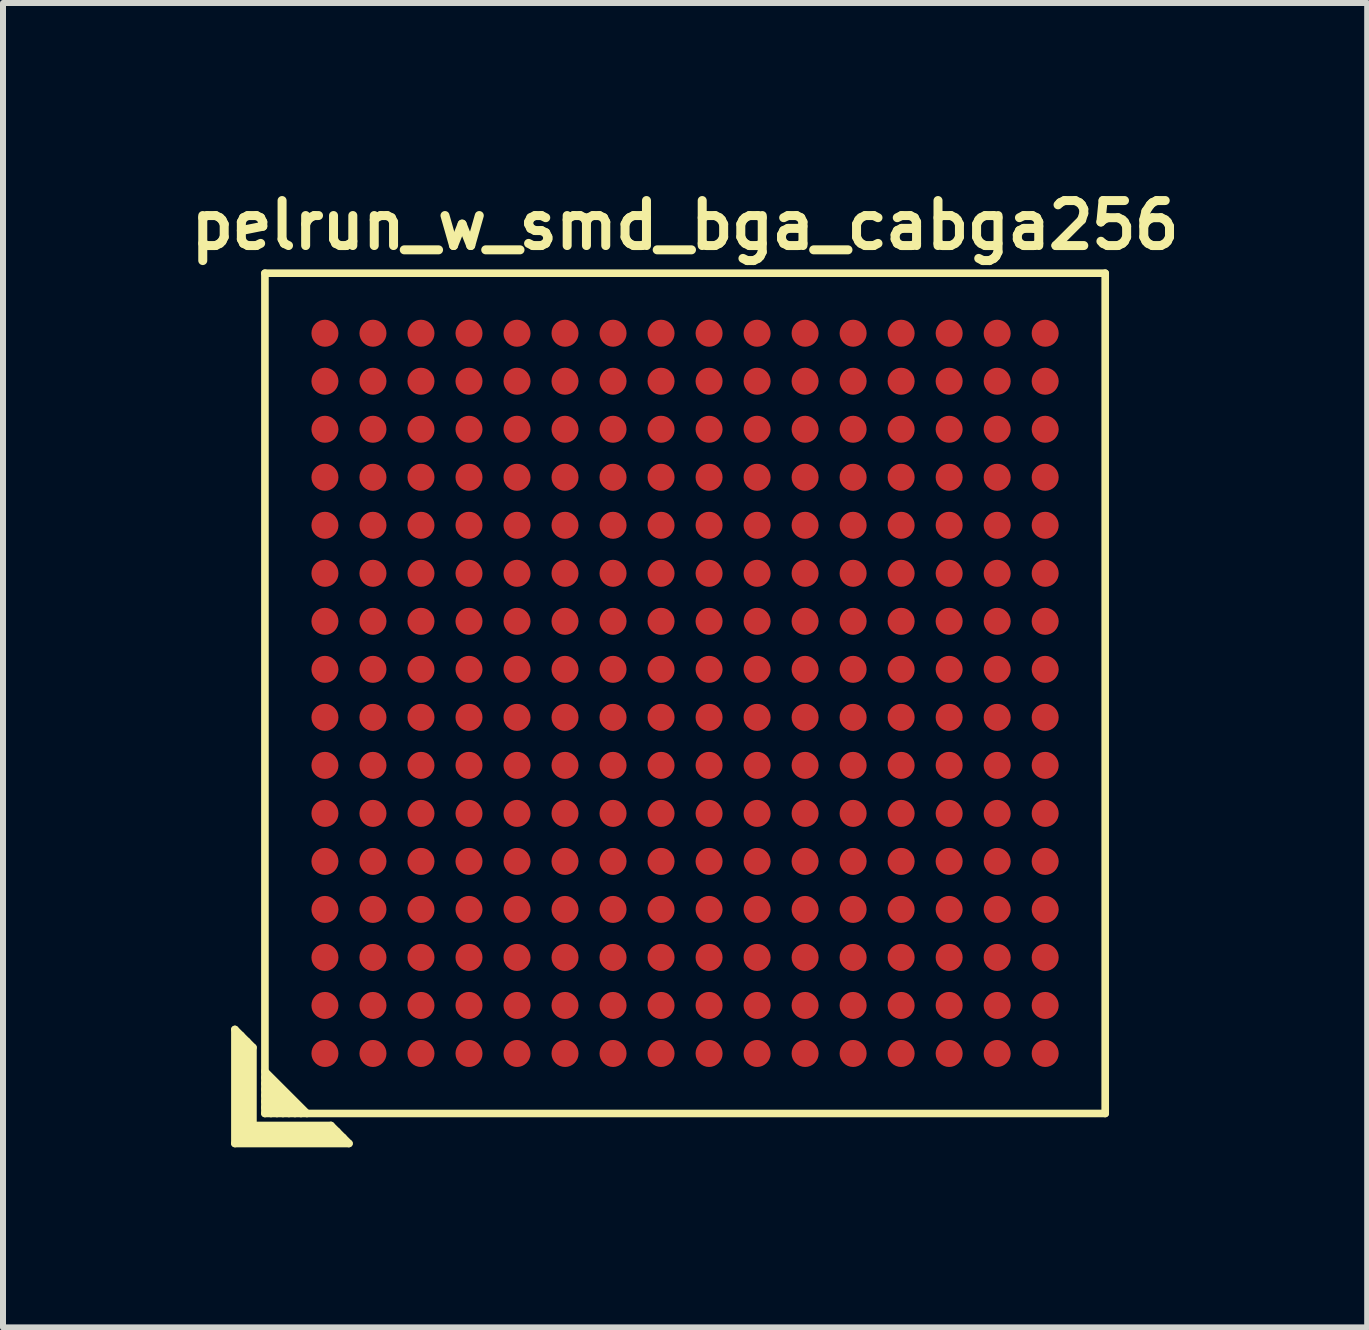
<source format=kicad_pcb>
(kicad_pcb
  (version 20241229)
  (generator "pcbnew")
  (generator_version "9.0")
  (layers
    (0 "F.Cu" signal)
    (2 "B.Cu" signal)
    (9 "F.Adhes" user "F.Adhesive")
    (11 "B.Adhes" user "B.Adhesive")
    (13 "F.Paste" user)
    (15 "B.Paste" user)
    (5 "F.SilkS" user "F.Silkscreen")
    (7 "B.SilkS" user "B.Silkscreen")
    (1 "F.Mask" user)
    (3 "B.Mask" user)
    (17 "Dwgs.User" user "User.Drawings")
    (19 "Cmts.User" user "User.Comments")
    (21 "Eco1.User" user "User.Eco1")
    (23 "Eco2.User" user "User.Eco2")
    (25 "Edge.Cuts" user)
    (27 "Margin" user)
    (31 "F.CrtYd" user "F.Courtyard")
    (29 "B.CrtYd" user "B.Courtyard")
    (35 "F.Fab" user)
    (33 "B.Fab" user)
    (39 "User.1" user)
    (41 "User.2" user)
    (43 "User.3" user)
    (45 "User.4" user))
  (footprint "pelrun_w_smd_bga_cabga256"
    (layer "F.Cu")
    (at 8.364 8.502)
    (property "Reference" "pelrun_w_smd_bga_cabga256" (at 0 -7.8 0) (layer "F.SilkS") (effects (font (size 0.75 0.75) (thickness 0.15))))
    (attr through_hole)
    (fp_line (start -7.5 5.6) (end -7.2 5.9) (stroke (width 0.127) (type solid)) (layer "F.SilkS"))
    (fp_line (start -7.5 7.5) (end -7.5 5.6) (stroke (width 0.127) (type solid)) (layer "F.SilkS"))
    (fp_line (start -7.4 7.4) (end -7.4 5.7) (stroke (width 0.127) (type solid)) (layer "F.SilkS"))
    (fp_line (start -7.3 5.8) (end -7.3 7.3) (stroke (width 0.127) (type solid)) (layer "F.SilkS"))
    (fp_line (start -7.3 7.3) (end -5.8 7.3) (stroke (width 0.127) (type solid)) (layer "F.SilkS"))
    (fp_line (start -7.2 5.9) (end -7.2 7.2) (stroke (width 0.127) (type solid)) (layer "F.SilkS"))
    (fp_line (start -7.2 7.2) (end -5.9 7.2) (stroke (width 0.127) (type solid)) (layer "F.SilkS"))
    (fp_line (start -7 -7) (end -7 7) (stroke (width 0.127) (type solid)) (layer "F.SilkS"))
    (fp_line (start -7 -7) (end 7 -7) (stroke (width 0.127) (type solid)) (layer "F.SilkS"))
    (fp_line (start -7 6.4) (end -6.4 7) (stroke (width 0.127) (type solid)) (layer "F.SilkS"))
    (fp_line (start -7 6.6) (end -6.6 7) (stroke (width 0.127) (type solid)) (layer "F.SilkS"))
    (fp_line (start -7 6.8) (end -6.8 7) (stroke (width 0.127) (type solid)) (layer "F.SilkS"))
    (fp_line (start -7 6.9) (end -6.9 7) (stroke (width 0.127) (type solid)) (layer "F.SilkS"))
    (fp_line (start -7 7) (end 7 7) (stroke (width 0.127) (type solid)) (layer "F.SilkS"))
    (fp_line (start -6.7 7) (end -7 6.7) (stroke (width 0.127) (type solid)) (layer "F.SilkS"))
    (fp_line (start -6.5 7) (end -7 6.5) (stroke (width 0.127) (type solid)) (layer "F.SilkS"))
    (fp_line (start -6.3 7) (end -7 6.3) (stroke (width 0.127) (type solid)) (layer "F.SilkS"))
    (fp_line (start -5.9 7.2) (end -5.6 7.5) (stroke (width 0.127) (type solid)) (layer "F.SilkS"))
    (fp_line (start -5.7 7.4) (end -7.4 7.4) (stroke (width 0.127) (type solid)) (layer "F.SilkS"))
    (fp_line (start -5.6 7.5) (end -7.5 7.5) (stroke (width 0.127) (type solid)) (layer "F.SilkS"))
    (fp_line (start 7 -7) (end 7 7) (stroke (width 0.127) (type solid)) (layer "F.SilkS"))
    (pad "A1" smd circle (at -6 6) (size 0.45 0.45) (layers "F.Cu" "F.Mask" "F.Paste"))
    (pad "A2" smd circle (at -6 5.2) (size 0.45 0.45) (layers "F.Cu" "F.Mask" "F.Paste"))
    (pad "A3" smd circle (at -6 4.4) (size 0.45 0.45) (layers "F.Cu" "F.Mask" "F.Paste"))
    (pad "A4" smd circle (at -6 3.6) (size 0.45 0.45) (layers "F.Cu" "F.Mask" "F.Paste"))
    (pad "A5" smd circle (at -6 2.8) (size 0.45 0.45) (layers "F.Cu" "F.Mask" "F.Paste"))
    (pad "A6" smd circle (at -6 2) (size 0.45 0.45) (layers "F.Cu" "F.Mask" "F.Paste"))
    (pad "A7" smd circle (at -6 1.2) (size 0.45 0.45) (layers "F.Cu" "F.Mask" "F.Paste"))
    (pad "A8" smd circle (at -6 0.4) (size 0.45 0.45) (layers "F.Cu" "F.Mask" "F.Paste"))
    (pad "A9" smd circle (at -6 -0.4) (size 0.45 0.45) (layers "F.Cu" "F.Mask" "F.Paste"))
    (pad "A10" smd circle (at -6 -1.2) (size 0.45 0.45) (layers "F.Cu" "F.Mask" "F.Paste"))
    (pad "A11" smd circle (at -6 -2) (size 0.45 0.45) (layers "F.Cu" "F.Mask" "F.Paste"))
    (pad "A12" smd circle (at -6 -2.8) (size 0.45 0.45) (layers "F.Cu" "F.Mask" "F.Paste"))
    (pad "A13" smd circle (at -6 -3.6) (size 0.45 0.45) (layers "F.Cu" "F.Mask" "F.Paste"))
    (pad "A14" smd circle (at -6 -4.4) (size 0.45 0.45) (layers "F.Cu" "F.Mask" "F.Paste"))
    (pad "A15" smd circle (at -6 -5.2) (size 0.45 0.45) (layers "F.Cu" "F.Mask" "F.Paste"))
    (pad "A16" smd circle (at -6 -6) (size 0.45 0.45) (layers "F.Cu" "F.Mask" "F.Paste"))
    (pad "B1" smd circle (at -5.2 6) (size 0.45 0.45) (layers "F.Cu" "F.Mask" "F.Paste"))
    (pad "B2" smd circle (at -5.2 5.2) (size 0.45 0.45) (layers "F.Cu" "F.Mask" "F.Paste"))
    (pad "B3" smd circle (at -5.2 4.4) (size 0.45 0.45) (layers "F.Cu" "F.Mask" "F.Paste"))
    (pad "B4" smd circle (at -5.2 3.6) (size 0.45 0.45) (layers "F.Cu" "F.Mask" "F.Paste"))
    (pad "B5" smd circle (at -5.2 2.8) (size 0.45 0.45) (layers "F.Cu" "F.Mask" "F.Paste"))
    (pad "B6" smd circle (at -5.2 2) (size 0.45 0.45) (layers "F.Cu" "F.Mask" "F.Paste"))
    (pad "B7" smd circle (at -5.2 1.2) (size 0.45 0.45) (layers "F.Cu" "F.Mask" "F.Paste"))
    (pad "B8" smd circle (at -5.2 0.4) (size 0.45 0.45) (layers "F.Cu" "F.Mask" "F.Paste"))
    (pad "B9" smd circle (at -5.2 -0.4) (size 0.45 0.45) (layers "F.Cu" "F.Mask" "F.Paste"))
    (pad "B10" smd circle (at -5.2 -1.2) (size 0.45 0.45) (layers "F.Cu" "F.Mask" "F.Paste"))
    (pad "B11" smd circle (at -5.2 -2) (size 0.45 0.45) (layers "F.Cu" "F.Mask" "F.Paste"))
    (pad "B12" smd circle (at -5.2 -2.8) (size 0.45 0.45) (layers "F.Cu" "F.Mask" "F.Paste"))
    (pad "B13" smd circle (at -5.2 -3.6) (size 0.45 0.45) (layers "F.Cu" "F.Mask" "F.Paste"))
    (pad "B14" smd circle (at -5.2 -4.4) (size 0.45 0.45) (layers "F.Cu" "F.Mask" "F.Paste"))
    (pad "B15" smd circle (at -5.2 -5.2) (size 0.45 0.45) (layers "F.Cu" "F.Mask" "F.Paste"))
    (pad "B16" smd circle (at -5.2 -6) (size 0.45 0.45) (layers "F.Cu" "F.Mask" "F.Paste"))
    (pad "C1" smd circle (at -4.4 6) (size 0.45 0.45) (layers "F.Cu" "F.Mask" "F.Paste"))
    (pad "C2" smd circle (at -4.4 5.2) (size 0.45 0.45) (layers "F.Cu" "F.Mask" "F.Paste"))
    (pad "C3" smd circle (at -4.4 4.4) (size 0.45 0.45) (layers "F.Cu" "F.Mask" "F.Paste"))
    (pad "C4" smd circle (at -4.4 3.6) (size 0.45 0.45) (layers "F.Cu" "F.Mask" "F.Paste"))
    (pad "C5" smd circle (at -4.4 2.8) (size 0.45 0.45) (layers "F.Cu" "F.Mask" "F.Paste"))
    (pad "C6" smd circle (at -4.4 2) (size 0.45 0.45) (layers "F.Cu" "F.Mask" "F.Paste"))
    (pad "C7" smd circle (at -4.4 1.2) (size 0.45 0.45) (layers "F.Cu" "F.Mask" "F.Paste"))
    (pad "C8" smd circle (at -4.4 0.4) (size 0.45 0.45) (layers "F.Cu" "F.Mask" "F.Paste"))
    (pad "C9" smd circle (at -4.4 -0.4) (size 0.45 0.45) (layers "F.Cu" "F.Mask" "F.Paste"))
    (pad "C10" smd circle (at -4.4 -1.2) (size 0.45 0.45) (layers "F.Cu" "F.Mask" "F.Paste"))
    (pad "C11" smd circle (at -4.4 -2) (size 0.45 0.45) (layers "F.Cu" "F.Mask" "F.Paste"))
    (pad "C12" smd circle (at -4.4 -2.8) (size 0.45 0.45) (layers "F.Cu" "F.Mask" "F.Paste"))
    (pad "C13" smd circle (at -4.4 -3.6) (size 0.45 0.45) (layers "F.Cu" "F.Mask" "F.Paste"))
    (pad "C14" smd circle (at -4.4 -4.4) (size 0.45 0.45) (layers "F.Cu" "F.Mask" "F.Paste"))
    (pad "C15" smd circle (at -4.4 -5.2) (size 0.45 0.45) (layers "F.Cu" "F.Mask" "F.Paste"))
    (pad "C16" smd circle (at -4.4 -6) (size 0.45 0.45) (layers "F.Cu" "F.Mask" "F.Paste"))
    (pad "D1" smd circle (at -3.6 6) (size 0.45 0.45) (layers "F.Cu" "F.Mask" "F.Paste"))
    (pad "D2" smd circle (at -3.6 5.2) (size 0.45 0.45) (layers "F.Cu" "F.Mask" "F.Paste"))
    (pad "D3" smd circle (at -3.6 4.4) (size 0.45 0.45) (layers "F.Cu" "F.Mask" "F.Paste"))
    (pad "D4" smd circle (at -3.6 3.6) (size 0.45 0.45) (layers "F.Cu" "F.Mask" "F.Paste"))
    (pad "D5" smd circle (at -3.6 2.8) (size 0.45 0.45) (layers "F.Cu" "F.Mask" "F.Paste"))
    (pad "D6" smd circle (at -3.6 2) (size 0.45 0.45) (layers "F.Cu" "F.Mask" "F.Paste"))
    (pad "D7" smd circle (at -3.6 1.2) (size 0.45 0.45) (layers "F.Cu" "F.Mask" "F.Paste"))
    (pad "D8" smd circle (at -3.6 0.4) (size 0.45 0.45) (layers "F.Cu" "F.Mask" "F.Paste"))
    (pad "D9" smd circle (at -3.6 -0.4) (size 0.45 0.45) (layers "F.Cu" "F.Mask" "F.Paste"))
    (pad "D10" smd circle (at -3.6 -1.2) (size 0.45 0.45) (layers "F.Cu" "F.Mask" "F.Paste"))
    (pad "D11" smd circle (at -3.6 -2) (size 0.45 0.45) (layers "F.Cu" "F.Mask" "F.Paste"))
    (pad "D12" smd circle (at -3.6 -2.8) (size 0.45 0.45) (layers "F.Cu" "F.Mask" "F.Paste"))
    (pad "D13" smd circle (at -3.6 -3.6) (size 0.45 0.45) (layers "F.Cu" "F.Mask" "F.Paste"))
    (pad "D14" smd circle (at -3.6 -4.4) (size 0.45 0.45) (layers "F.Cu" "F.Mask" "F.Paste"))
    (pad "D15" smd circle (at -3.6 -5.2) (size 0.45 0.45) (layers "F.Cu" "F.Mask" "F.Paste"))
    (pad "D16" smd circle (at -3.6 -6) (size 0.45 0.45) (layers "F.Cu" "F.Mask" "F.Paste"))
    (pad "E1" smd circle (at -2.8 6) (size 0.45 0.45) (layers "F.Cu" "F.Mask" "F.Paste"))
    (pad "E2" smd circle (at -2.8 5.2) (size 0.45 0.45) (layers "F.Cu" "F.Mask" "F.Paste"))
    (pad "E3" smd circle (at -2.8 4.4) (size 0.45 0.45) (layers "F.Cu" "F.Mask" "F.Paste"))
    (pad "E4" smd circle (at -2.8 3.6) (size 0.45 0.45) (layers "F.Cu" "F.Mask" "F.Paste"))
    (pad "E5" smd circle (at -2.8 2.8) (size 0.45 0.45) (layers "F.Cu" "F.Mask" "F.Paste"))
    (pad "E6" smd circle (at -2.8 2) (size 0.45 0.45) (layers "F.Cu" "F.Mask" "F.Paste"))
    (pad "E7" smd circle (at -2.8 1.2) (size 0.45 0.45) (layers "F.Cu" "F.Mask" "F.Paste"))
    (pad "E8" smd circle (at -2.8 0.4) (size 0.45 0.45) (layers "F.Cu" "F.Mask" "F.Paste"))
    (pad "E9" smd circle (at -2.8 -0.4) (size 0.45 0.45) (layers "F.Cu" "F.Mask" "F.Paste"))
    (pad "E10" smd circle (at -2.8 -1.2) (size 0.45 0.45) (layers "F.Cu" "F.Mask" "F.Paste"))
    (pad "E11" smd circle (at -2.8 -2) (size 0.45 0.45) (layers "F.Cu" "F.Mask" "F.Paste"))
    (pad "E12" smd circle (at -2.8 -2.8) (size 0.45 0.45) (layers "F.Cu" "F.Mask" "F.Paste"))
    (pad "E13" smd circle (at -2.8 -3.6) (size 0.45 0.45) (layers "F.Cu" "F.Mask" "F.Paste"))
    (pad "E14" smd circle (at -2.8 -4.4) (size 0.45 0.45) (layers "F.Cu" "F.Mask" "F.Paste"))
    (pad "E15" smd circle (at -2.8 -5.2) (size 0.45 0.45) (layers "F.Cu" "F.Mask" "F.Paste"))
    (pad "E16" smd circle (at -2.8 -6) (size 0.45 0.45) (layers "F.Cu" "F.Mask" "F.Paste"))
    (pad "F1" smd circle (at -2 6) (size 0.45 0.45) (layers "F.Cu" "F.Mask" "F.Paste"))
    (pad "F2" smd circle (at -2 5.2) (size 0.45 0.45) (layers "F.Cu" "F.Mask" "F.Paste"))
    (pad "F3" smd circle (at -2 4.4) (size 0.45 0.45) (layers "F.Cu" "F.Mask" "F.Paste"))
    (pad "F4" smd circle (at -2 3.6) (size 0.45 0.45) (layers "F.Cu" "F.Mask" "F.Paste"))
    (pad "F5" smd circle (at -2 2.8) (size 0.45 0.45) (layers "F.Cu" "F.Mask" "F.Paste"))
    (pad "F6" smd circle (at -2 2) (size 0.45 0.45) (layers "F.Cu" "F.Mask" "F.Paste"))
    (pad "F7" smd circle (at -2 1.2) (size 0.45 0.45) (layers "F.Cu" "F.Mask" "F.Paste"))
    (pad "F8" smd circle (at -2 0.4) (size 0.45 0.45) (layers "F.Cu" "F.Mask" "F.Paste"))
    (pad "F9" smd circle (at -2 -0.4) (size 0.45 0.45) (layers "F.Cu" "F.Mask" "F.Paste"))
    (pad "F10" smd circle (at -2 -1.2) (size 0.45 0.45) (layers "F.Cu" "F.Mask" "F.Paste"))
    (pad "F11" smd circle (at -2 -2) (size 0.45 0.45) (layers "F.Cu" "F.Mask" "F.Paste"))
    (pad "F12" smd circle (at -2 -2.8) (size 0.45 0.45) (layers "F.Cu" "F.Mask" "F.Paste"))
    (pad "F13" smd circle (at -2 -3.6) (size 0.45 0.45) (layers "F.Cu" "F.Mask" "F.Paste"))
    (pad "F14" smd circle (at -2 -4.4) (size 0.45 0.45) (layers "F.Cu" "F.Mask" "F.Paste"))
    (pad "F15" smd circle (at -2 -5.2) (size 0.45 0.45) (layers "F.Cu" "F.Mask" "F.Paste"))
    (pad "F16" smd circle (at -2 -6) (size 0.45 0.45) (layers "F.Cu" "F.Mask" "F.Paste"))
    (pad "G1" smd circle (at -1.2 6) (size 0.45 0.45) (layers "F.Cu" "F.Mask" "F.Paste"))
    (pad "G2" smd circle (at -1.2 5.2) (size 0.45 0.45) (layers "F.Cu" "F.Mask" "F.Paste"))
    (pad "G3" smd circle (at -1.2 4.4) (size 0.45 0.45) (layers "F.Cu" "F.Mask" "F.Paste"))
    (pad "G4" smd circle (at -1.2 3.6) (size 0.45 0.45) (layers "F.Cu" "F.Mask" "F.Paste"))
    (pad "G5" smd circle (at -1.2 2.8) (size 0.45 0.45) (layers "F.Cu" "F.Mask" "F.Paste"))
    (pad "G6" smd circle (at -1.2 2) (size 0.45 0.45) (layers "F.Cu" "F.Mask" "F.Paste"))
    (pad "G7" smd circle (at -1.2 1.2) (size 0.45 0.45) (layers "F.Cu" "F.Mask" "F.Paste"))
    (pad "G8" smd circle (at -1.2 0.4) (size 0.45 0.45) (layers "F.Cu" "F.Mask" "F.Paste"))
    (pad "G9" smd circle (at -1.2 -0.4) (size 0.45 0.45) (layers "F.Cu" "F.Mask" "F.Paste"))
    (pad "G10" smd circle (at -1.2 -1.2) (size 0.45 0.45) (layers "F.Cu" "F.Mask" "F.Paste"))
    (pad "G11" smd circle (at -1.2 -2) (size 0.45 0.45) (layers "F.Cu" "F.Mask" "F.Paste"))
    (pad "G12" smd circle (at -1.2 -2.8) (size 0.45 0.45) (layers "F.Cu" "F.Mask" "F.Paste"))
    (pad "G13" smd circle (at -1.2 -3.6) (size 0.45 0.45) (layers "F.Cu" "F.Mask" "F.Paste"))
    (pad "G14" smd circle (at -1.2 -4.4) (size 0.45 0.45) (layers "F.Cu" "F.Mask" "F.Paste"))
    (pad "G15" smd circle (at -1.2 -5.2) (size 0.45 0.45) (layers "F.Cu" "F.Mask" "F.Paste"))
    (pad "G16" smd circle (at -1.2 -6) (size 0.45 0.45) (layers "F.Cu" "F.Mask" "F.Paste"))
    (pad "H1" smd circle (at -0.4 6) (size 0.45 0.45) (layers "F.Cu" "F.Mask" "F.Paste"))
    (pad "H2" smd circle (at -0.4 5.2) (size 0.45 0.45) (layers "F.Cu" "F.Mask" "F.Paste"))
    (pad "H3" smd circle (at -0.4 4.4) (size 0.45 0.45) (layers "F.Cu" "F.Mask" "F.Paste"))
    (pad "H4" smd circle (at -0.4 3.6) (size 0.45 0.45) (layers "F.Cu" "F.Mask" "F.Paste"))
    (pad "H5" smd circle (at -0.4 2.8) (size 0.45 0.45) (layers "F.Cu" "F.Mask" "F.Paste"))
    (pad "H6" smd circle (at -0.4 2) (size 0.45 0.45) (layers "F.Cu" "F.Mask" "F.Paste"))
    (pad "H7" smd circle (at -0.4 1.2) (size 0.45 0.45) (layers "F.Cu" "F.Mask" "F.Paste"))
    (pad "H8" smd circle (at -0.4 0.4) (size 0.45 0.45) (layers "F.Cu" "F.Mask" "F.Paste"))
    (pad "H9" smd circle (at -0.4 -0.4) (size 0.45 0.45) (layers "F.Cu" "F.Mask" "F.Paste"))
    (pad "H10" smd circle (at -0.4 -1.2) (size 0.45 0.45) (layers "F.Cu" "F.Mask" "F.Paste"))
    (pad "H11" smd circle (at -0.4 -2) (size 0.45 0.45) (layers "F.Cu" "F.Mask" "F.Paste"))
    (pad "H12" smd circle (at -0.4 -2.8) (size 0.45 0.45) (layers "F.Cu" "F.Mask" "F.Paste"))
    (pad "H13" smd circle (at -0.4 -3.6) (size 0.45 0.45) (layers "F.Cu" "F.Mask" "F.Paste"))
    (pad "H14" smd circle (at -0.4 -4.4) (size 0.45 0.45) (layers "F.Cu" "F.Mask" "F.Paste"))
    (pad "H15" smd circle (at -0.4 -5.2) (size 0.45 0.45) (layers "F.Cu" "F.Mask" "F.Paste"))
    (pad "H16" smd circle (at -0.4 -6) (size 0.45 0.45) (layers "F.Cu" "F.Mask" "F.Paste"))
    (pad "J1" smd circle (at 0.4 6) (size 0.45 0.45) (layers "F.Cu" "F.Mask" "F.Paste"))
    (pad "J2" smd circle (at 0.4 5.2) (size 0.45 0.45) (layers "F.Cu" "F.Mask" "F.Paste"))
    (pad "J3" smd circle (at 0.4 4.4) (size 0.45 0.45) (layers "F.Cu" "F.Mask" "F.Paste"))
    (pad "J4" smd circle (at 0.4 3.6) (size 0.45 0.45) (layers "F.Cu" "F.Mask" "F.Paste"))
    (pad "J5" smd circle (at 0.4 2.8) (size 0.45 0.45) (layers "F.Cu" "F.Mask" "F.Paste"))
    (pad "J6" smd circle (at 0.4 2) (size 0.45 0.45) (layers "F.Cu" "F.Mask" "F.Paste"))
    (pad "J7" smd circle (at 0.4 1.2) (size 0.45 0.45) (layers "F.Cu" "F.Mask" "F.Paste"))
    (pad "J8" smd circle (at 0.4 0.4) (size 0.45 0.45) (layers "F.Cu" "F.Mask" "F.Paste"))
    (pad "J9" smd circle (at 0.4 -0.4) (size 0.45 0.45) (layers "F.Cu" "F.Mask" "F.Paste"))
    (pad "J10" smd circle (at 0.4 -1.2) (size 0.45 0.45) (layers "F.Cu" "F.Mask" "F.Paste"))
    (pad "J11" smd circle (at 0.4 -2) (size 0.45 0.45) (layers "F.Cu" "F.Mask" "F.Paste"))
    (pad "J12" smd circle (at 0.4 -2.8) (size 0.45 0.45) (layers "F.Cu" "F.Mask" "F.Paste"))
    (pad "J13" smd circle (at 0.4 -3.6) (size 0.45 0.45) (layers "F.Cu" "F.Mask" "F.Paste"))
    (pad "J14" smd circle (at 0.4 -4.4) (size 0.45 0.45) (layers "F.Cu" "F.Mask" "F.Paste"))
    (pad "J15" smd circle (at 0.4 -5.2) (size 0.45 0.45) (layers "F.Cu" "F.Mask" "F.Paste"))
    (pad "J16" smd circle (at 0.4 -6) (size 0.45 0.45) (layers "F.Cu" "F.Mask" "F.Paste"))
    (pad "K1" smd circle (at 1.2 6) (size 0.45 0.45) (layers "F.Cu" "F.Mask" "F.Paste"))
    (pad "K2" smd circle (at 1.2 5.2) (size 0.45 0.45) (layers "F.Cu" "F.Mask" "F.Paste"))
    (pad "K3" smd circle (at 1.2 4.4) (size 0.45 0.45) (layers "F.Cu" "F.Mask" "F.Paste"))
    (pad "K4" smd circle (at 1.2 3.6) (size 0.45 0.45) (layers "F.Cu" "F.Mask" "F.Paste"))
    (pad "K5" smd circle (at 1.2 2.8) (size 0.45 0.45) (layers "F.Cu" "F.Mask" "F.Paste"))
    (pad "K6" smd circle (at 1.2 2) (size 0.45 0.45) (layers "F.Cu" "F.Mask" "F.Paste"))
    (pad "K7" smd circle (at 1.2 1.2) (size 0.45 0.45) (layers "F.Cu" "F.Mask" "F.Paste"))
    (pad "K8" smd circle (at 1.2 0.4) (size 0.45 0.45) (layers "F.Cu" "F.Mask" "F.Paste"))
    (pad "K9" smd circle (at 1.2 -0.4) (size 0.45 0.45) (layers "F.Cu" "F.Mask" "F.Paste"))
    (pad "K10" smd circle (at 1.2 -1.2) (size 0.45 0.45) (layers "F.Cu" "F.Mask" "F.Paste"))
    (pad "K11" smd circle (at 1.2 -2) (size 0.45 0.45) (layers "F.Cu" "F.Mask" "F.Paste"))
    (pad "K12" smd circle (at 1.2 -2.8) (size 0.45 0.45) (layers "F.Cu" "F.Mask" "F.Paste"))
    (pad "K13" smd circle (at 1.2 -3.6) (size 0.45 0.45) (layers "F.Cu" "F.Mask" "F.Paste"))
    (pad "K14" smd circle (at 1.2 -4.4) (size 0.45 0.45) (layers "F.Cu" "F.Mask" "F.Paste"))
    (pad "K15" smd circle (at 1.2 -5.2) (size 0.45 0.45) (layers "F.Cu" "F.Mask" "F.Paste"))
    (pad "K16" smd circle (at 1.2 -6) (size 0.45 0.45) (layers "F.Cu" "F.Mask" "F.Paste"))
    (pad "L1" smd circle (at 2 6) (size 0.45 0.45) (layers "F.Cu" "F.Mask" "F.Paste"))
    (pad "L2" smd circle (at 2 5.2) (size 0.45 0.45) (layers "F.Cu" "F.Mask" "F.Paste"))
    (pad "L3" smd circle (at 2 4.4) (size 0.45 0.45) (layers "F.Cu" "F.Mask" "F.Paste"))
    (pad "L4" smd circle (at 2 3.6) (size 0.45 0.45) (layers "F.Cu" "F.Mask" "F.Paste"))
    (pad "L5" smd circle (at 2 2.8) (size 0.45 0.45) (layers "F.Cu" "F.Mask" "F.Paste"))
    (pad "L6" smd circle (at 2 2) (size 0.45 0.45) (layers "F.Cu" "F.Mask" "F.Paste"))
    (pad "L7" smd circle (at 2 1.2) (size 0.45 0.45) (layers "F.Cu" "F.Mask" "F.Paste"))
    (pad "L8" smd circle (at 2 0.4) (size 0.45 0.45) (layers "F.Cu" "F.Mask" "F.Paste"))
    (pad "L9" smd circle (at 2 -0.4) (size 0.45 0.45) (layers "F.Cu" "F.Mask" "F.Paste"))
    (pad "L10" smd circle (at 2 -1.2) (size 0.45 0.45) (layers "F.Cu" "F.Mask" "F.Paste"))
    (pad "L11" smd circle (at 2 -2) (size 0.45 0.45) (layers "F.Cu" "F.Mask" "F.Paste"))
    (pad "L12" smd circle (at 2 -2.8) (size 0.45 0.45) (layers "F.Cu" "F.Mask" "F.Paste"))
    (pad "L13" smd circle (at 2 -3.6) (size 0.45 0.45) (layers "F.Cu" "F.Mask" "F.Paste"))
    (pad "L14" smd circle (at 2 -4.4) (size 0.45 0.45) (layers "F.Cu" "F.Mask" "F.Paste"))
    (pad "L15" smd circle (at 2 -5.2) (size 0.45 0.45) (layers "F.Cu" "F.Mask" "F.Paste"))
    (pad "L16" smd circle (at 2 -6) (size 0.45 0.45) (layers "F.Cu" "F.Mask" "F.Paste"))
    (pad "M1" smd circle (at 2.8 6) (size 0.45 0.45) (layers "F.Cu" "F.Mask" "F.Paste"))
    (pad "M2" smd circle (at 2.8 5.2) (size 0.45 0.45) (layers "F.Cu" "F.Mask" "F.Paste"))
    (pad "M3" smd circle (at 2.8 4.4) (size 0.45 0.45) (layers "F.Cu" "F.Mask" "F.Paste"))
    (pad "M4" smd circle (at 2.8 3.6) (size 0.45 0.45) (layers "F.Cu" "F.Mask" "F.Paste"))
    (pad "M5" smd circle (at 2.8 2.8) (size 0.45 0.45) (layers "F.Cu" "F.Mask" "F.Paste"))
    (pad "M6" smd circle (at 2.8 2) (size 0.45 0.45) (layers "F.Cu" "F.Mask" "F.Paste"))
    (pad "M7" smd circle (at 2.8 1.2) (size 0.45 0.45) (layers "F.Cu" "F.Mask" "F.Paste"))
    (pad "M8" smd circle (at 2.8 0.4) (size 0.45 0.45) (layers "F.Cu" "F.Mask" "F.Paste"))
    (pad "M9" smd circle (at 2.8 -0.4) (size 0.45 0.45) (layers "F.Cu" "F.Mask" "F.Paste"))
    (pad "M10" smd circle (at 2.8 -1.2) (size 0.45 0.45) (layers "F.Cu" "F.Mask" "F.Paste"))
    (pad "M11" smd circle (at 2.8 -2) (size 0.45 0.45) (layers "F.Cu" "F.Mask" "F.Paste"))
    (pad "M12" smd circle (at 2.8 -2.8) (size 0.45 0.45) (layers "F.Cu" "F.Mask" "F.Paste"))
    (pad "M13" smd circle (at 2.8 -3.6) (size 0.45 0.45) (layers "F.Cu" "F.Mask" "F.Paste"))
    (pad "M14" smd circle (at 2.8 -4.4) (size 0.45 0.45) (layers "F.Cu" "F.Mask" "F.Paste"))
    (pad "M15" smd circle (at 2.8 -5.2) (size 0.45 0.45) (layers "F.Cu" "F.Mask" "F.Paste"))
    (pad "M16" smd circle (at 2.8 -6) (size 0.45 0.45) (layers "F.Cu" "F.Mask" "F.Paste"))
    (pad "N1" smd circle (at 3.6 6) (size 0.45 0.45) (layers "F.Cu" "F.Mask" "F.Paste"))
    (pad "N2" smd circle (at 3.6 5.2) (size 0.45 0.45) (layers "F.Cu" "F.Mask" "F.Paste"))
    (pad "N3" smd circle (at 3.6 4.4) (size 0.45 0.45) (layers "F.Cu" "F.Mask" "F.Paste"))
    (pad "N4" smd circle (at 3.6 3.6) (size 0.45 0.45) (layers "F.Cu" "F.Mask" "F.Paste"))
    (pad "N5" smd circle (at 3.6 2.8) (size 0.45 0.45) (layers "F.Cu" "F.Mask" "F.Paste"))
    (pad "N6" smd circle (at 3.6 2) (size 0.45 0.45) (layers "F.Cu" "F.Mask" "F.Paste"))
    (pad "N7" smd circle (at 3.6 1.2) (size 0.45 0.45) (layers "F.Cu" "F.Mask" "F.Paste"))
    (pad "N8" smd circle (at 3.6 0.4) (size 0.45 0.45) (layers "F.Cu" "F.Mask" "F.Paste"))
    (pad "N9" smd circle (at 3.6 -0.4) (size 0.45 0.45) (layers "F.Cu" "F.Mask" "F.Paste"))
    (pad "N10" smd circle (at 3.6 -1.2) (size 0.45 0.45) (layers "F.Cu" "F.Mask" "F.Paste"))
    (pad "N11" smd circle (at 3.6 -2) (size 0.45 0.45) (layers "F.Cu" "F.Mask" "F.Paste"))
    (pad "N12" smd circle (at 3.6 -2.8) (size 0.45 0.45) (layers "F.Cu" "F.Mask" "F.Paste"))
    (pad "N13" smd circle (at 3.6 -3.6) (size 0.45 0.45) (layers "F.Cu" "F.Mask" "F.Paste"))
    (pad "N14" smd circle (at 3.6 -4.4) (size 0.45 0.45) (layers "F.Cu" "F.Mask" "F.Paste"))
    (pad "N15" smd circle (at 3.6 -5.2) (size 0.45 0.45) (layers "F.Cu" "F.Mask" "F.Paste"))
    (pad "N16" smd circle (at 3.6 -6) (size 0.45 0.45) (layers "F.Cu" "F.Mask" "F.Paste"))
    (pad "P1" smd circle (at 4.4 6) (size 0.45 0.45) (layers "F.Cu" "F.Mask" "F.Paste"))
    (pad "P2" smd circle (at 4.4 5.2) (size 0.45 0.45) (layers "F.Cu" "F.Mask" "F.Paste"))
    (pad "P3" smd circle (at 4.4 4.4) (size 0.45 0.45) (layers "F.Cu" "F.Mask" "F.Paste"))
    (pad "P4" smd circle (at 4.4 3.6) (size 0.45 0.45) (layers "F.Cu" "F.Mask" "F.Paste"))
    (pad "P5" smd circle (at 4.4 2.8) (size 0.45 0.45) (layers "F.Cu" "F.Mask" "F.Paste"))
    (pad "P6" smd circle (at 4.4 2) (size 0.45 0.45) (layers "F.Cu" "F.Mask" "F.Paste"))
    (pad "P7" smd circle (at 4.4 1.2) (size 0.45 0.45) (layers "F.Cu" "F.Mask" "F.Paste"))
    (pad "P8" smd circle (at 4.4 0.4) (size 0.45 0.45) (layers "F.Cu" "F.Mask" "F.Paste"))
    (pad "P9" smd circle (at 4.4 -0.4) (size 0.45 0.45) (layers "F.Cu" "F.Mask" "F.Paste"))
    (pad "P10" smd circle (at 4.4 -1.2) (size 0.45 0.45) (layers "F.Cu" "F.Mask" "F.Paste"))
    (pad "P11" smd circle (at 4.4 -2) (size 0.45 0.45) (layers "F.Cu" "F.Mask" "F.Paste"))
    (pad "P12" smd circle (at 4.4 -2.8) (size 0.45 0.45) (layers "F.Cu" "F.Mask" "F.Paste"))
    (pad "P13" smd circle (at 4.4 -3.6) (size 0.45 0.45) (layers "F.Cu" "F.Mask" "F.Paste"))
    (pad "P14" smd circle (at 4.4 -4.4) (size 0.45 0.45) (layers "F.Cu" "F.Mask" "F.Paste"))
    (pad "P15" smd circle (at 4.4 -5.2) (size 0.45 0.45) (layers "F.Cu" "F.Mask" "F.Paste"))
    (pad "P16" smd circle (at 4.4 -6) (size 0.45 0.45) (layers "F.Cu" "F.Mask" "F.Paste"))
    (pad "R1" smd circle (at 5.2 6) (size 0.45 0.45) (layers "F.Cu" "F.Mask" "F.Paste"))
    (pad "R2" smd circle (at 5.2 5.2) (size 0.45 0.45) (layers "F.Cu" "F.Mask" "F.Paste"))
    (pad "R3" smd circle (at 5.2 4.4) (size 0.45 0.45) (layers "F.Cu" "F.Mask" "F.Paste"))
    (pad "R4" smd circle (at 5.2 3.6) (size 0.45 0.45) (layers "F.Cu" "F.Mask" "F.Paste"))
    (pad "R5" smd circle (at 5.2 2.8) (size 0.45 0.45) (layers "F.Cu" "F.Mask" "F.Paste"))
    (pad "R6" smd circle (at 5.2 2) (size 0.45 0.45) (layers "F.Cu" "F.Mask" "F.Paste"))
    (pad "R7" smd circle (at 5.2 1.2) (size 0.45 0.45) (layers "F.Cu" "F.Mask" "F.Paste"))
    (pad "R8" smd circle (at 5.2 0.4) (size 0.45 0.45) (layers "F.Cu" "F.Mask" "F.Paste"))
    (pad "R9" smd circle (at 5.2 -0.4) (size 0.45 0.45) (layers "F.Cu" "F.Mask" "F.Paste"))
    (pad "R10" smd circle (at 5.2 -1.2) (size 0.45 0.45) (layers "F.Cu" "F.Mask" "F.Paste"))
    (pad "R11" smd circle (at 5.2 -2) (size 0.45 0.45) (layers "F.Cu" "F.Mask" "F.Paste"))
    (pad "R12" smd circle (at 5.2 -2.8) (size 0.45 0.45) (layers "F.Cu" "F.Mask" "F.Paste"))
    (pad "R13" smd circle (at 5.2 -3.6) (size 0.45 0.45) (layers "F.Cu" "F.Mask" "F.Paste"))
    (pad "R14" smd circle (at 5.2 -4.4) (size 0.45 0.45) (layers "F.Cu" "F.Mask" "F.Paste"))
    (pad "R15" smd circle (at 5.2 -5.2) (size 0.45 0.45) (layers "F.Cu" "F.Mask" "F.Paste"))
    (pad "R16" smd circle (at 5.2 -6) (size 0.45 0.45) (layers "F.Cu" "F.Mask" "F.Paste"))
    (pad "T1" smd circle (at 6 6) (size 0.45 0.45) (layers "F.Cu" "F.Mask" "F.Paste"))
    (pad "T2" smd circle (at 6 5.2) (size 0.45 0.45) (layers "F.Cu" "F.Mask" "F.Paste"))
    (pad "T3" smd circle (at 6 4.4) (size 0.45 0.45) (layers "F.Cu" "F.Mask" "F.Paste"))
    (pad "T4" smd circle (at 6 3.6) (size 0.45 0.45) (layers "F.Cu" "F.Mask" "F.Paste"))
    (pad "T5" smd circle (at 6 2.8) (size 0.45 0.45) (layers "F.Cu" "F.Mask" "F.Paste"))
    (pad "T6" smd circle (at 6 2) (size 0.45 0.45) (layers "F.Cu" "F.Mask" "F.Paste"))
    (pad "T7" smd circle (at 6 1.2) (size 0.45 0.45) (layers "F.Cu" "F.Mask" "F.Paste"))
    (pad "T8" smd circle (at 6 0.4) (size 0.45 0.45) (layers "F.Cu" "F.Mask" "F.Paste"))
    (pad "T9" smd circle (at 6 -0.4) (size 0.45 0.45) (layers "F.Cu" "F.Mask" "F.Paste"))
    (pad "T10" smd circle (at 6 -1.2) (size 0.45 0.45) (layers "F.Cu" "F.Mask" "F.Paste"))
    (pad "T11" smd circle (at 6 -2) (size 0.45 0.45) (layers "F.Cu" "F.Mask" "F.Paste"))
    (pad "T12" smd circle (at 6 -2.8) (size 0.45 0.45) (layers "F.Cu" "F.Mask" "F.Paste"))
    (pad "T13" smd circle (at 6 -3.6) (size 0.45 0.45) (layers "F.Cu" "F.Mask" "F.Paste"))
    (pad "T14" smd circle (at 6 -4.4) (size 0.45 0.45) (layers "F.Cu" "F.Mask" "F.Paste"))
    (pad "T15" smd circle (at 6 -5.2) (size 0.45 0.45) (layers "F.Cu" "F.Mask" "F.Paste"))
    (pad "T16" smd circle (at 6 -6) (size 0.45 0.45) (layers "F.Cu" "F.Mask" "F.Paste")))
  (gr_rect
    (start -3 -3)
    (end 19.729 19.066)
    (stroke (width 0.1) (type default))
    (fill no)
    (layer "Edge.Cuts")))
</source>
